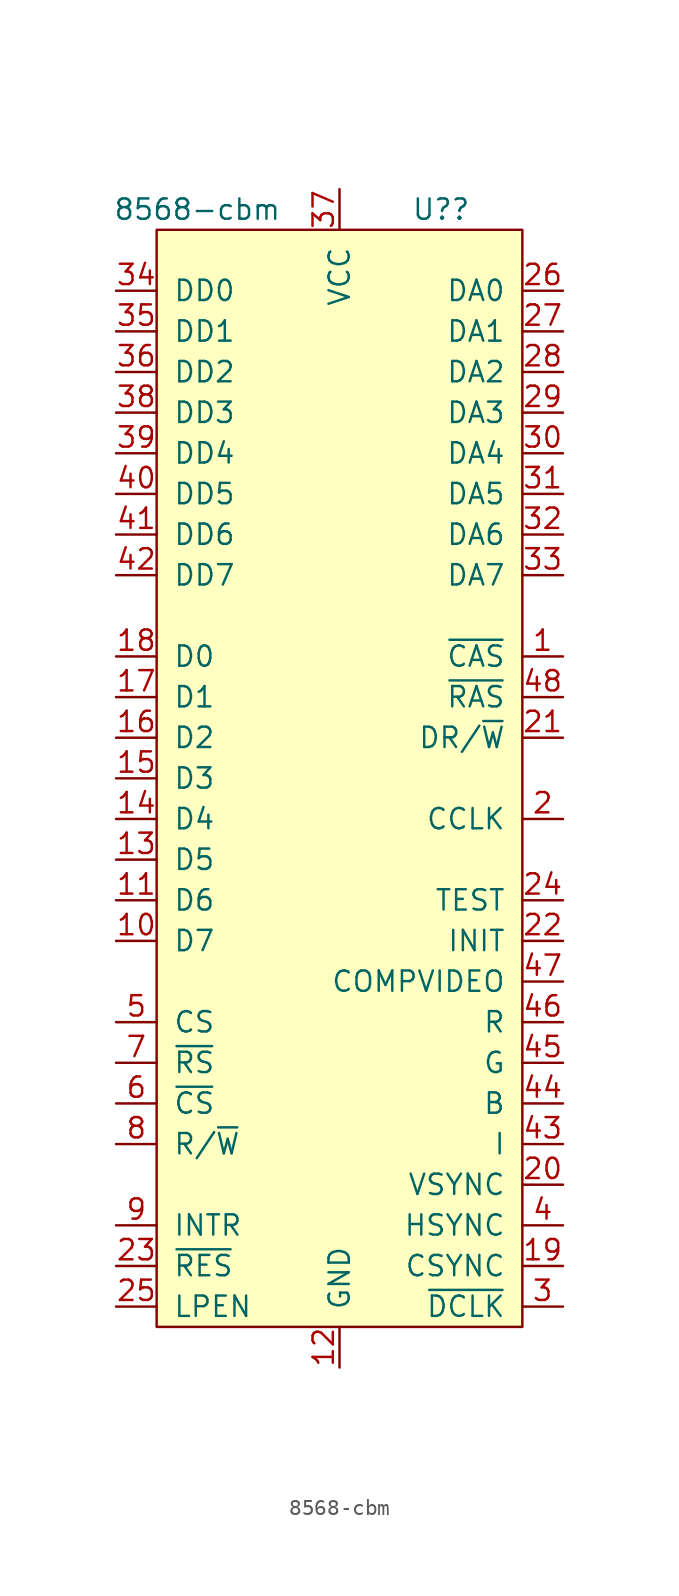
<source format=kicad_sym>
(kicad_symbol_lib
  (version 20211014)
  (generator kicad_symbol_editor)
  (symbol "8568-cbm"
    (pin_names
      (offset 1.016))
    (property "Reference" "U?"
      (at 6.35 34.29 0)
      (effects (font (size 1.27 1.27))))
    (property "Value" "8568-cbm"
      (at -8.89 34.29 0)
      (effects (font (size 1.27 1.27))))
    (symbol "8568-cbm_0_1"
      (rectangle (start -11.43 33.02) (end 11.43 -35.56) (stroke (width 0) (type default) (color 0 0 0 0)) (fill (type background))))
    (symbol "8568-cbm_1_1"
      (pin output line (at 13.97 6.35 180) (length 2.54) (name "~{CAS}" (effects (font (size 1.27 1.27)))) (number "1" (effects (font (size 1.27 1.27)))))
      (pin bidirectional line (at -13.97 -11.43 0) (length 2.54) (name "D7" (effects (font (size 1.27 1.27)))) (number "10" (effects (font (size 1.27 1.27)))))
      (pin bidirectional line (at -13.97 -8.89 0) (length 2.54) (name "D6" (effects (font (size 1.27 1.27)))) (number "11" (effects (font (size 1.27 1.27)))))
      (pin power_in line (at 0 -38.1 90) (length 2.54) (name "GND" (effects (font (size 1.27 1.27)))) (number "12" (effects (font (size 1.27 1.27)))))
      (pin bidirectional line (at -13.97 -6.35 0) (length 2.54) (name "D5" (effects (font (size 1.27 1.27)))) (number "13" (effects (font (size 1.27 1.27)))))
      (pin bidirectional line (at -13.97 -3.81 0) (length 2.54) (name "D4" (effects (font (size 1.27 1.27)))) (number "14" (effects (font (size 1.27 1.27)))))
      (pin bidirectional line (at -13.97 -1.27 0) (length 2.54) (name "D3" (effects (font (size 1.27 1.27)))) (number "15" (effects (font (size 1.27 1.27)))))
      (pin bidirectional line (at -13.97 1.27 0) (length 2.54) (name "D2" (effects (font (size 1.27 1.27)))) (number "16" (effects (font (size 1.27 1.27)))))
      (pin bidirectional line (at -13.97 3.81 0) (length 2.54) (name "D1" (effects (font (size 1.27 1.27)))) (number "17" (effects (font (size 1.27 1.27)))))
      (pin bidirectional line (at -13.97 6.35 0) (length 2.54) (name "D0" (effects (font (size 1.27 1.27)))) (number "18" (effects (font (size 1.27 1.27)))))
      (pin output line (at 13.97 -31.75 180) (length 2.54) (name "CSYNC" (effects (font (size 1.27 1.27)))) (number "19" (effects (font (size 1.27 1.27)))))
      (pin output line (at 13.97 -3.81 180) (length 2.54) (name "CCLK" (effects (font (size 1.27 1.27)))) (number "2" (effects (font (size 1.27 1.27)))))
      (pin output line (at 13.97 -26.67 180) (length 2.54) (name "VSYNC" (effects (font (size 1.27 1.27)))) (number "20" (effects (font (size 1.27 1.27)))))
      (pin output line (at 13.97 1.27 180) (length 2.54) (name "DR/~{W}" (effects (font (size 1.27 1.27)))) (number "21" (effects (font (size 1.27 1.27)))))
      (pin input line (at 13.97 -11.43 180) (length 2.54) (name "INIT" (effects (font (size 1.27 1.27)))) (number "22" (effects (font (size 1.27 1.27)))))
      (pin input line (at -13.97 -31.75 0) (length 2.54) (name "~{RES}" (effects (font (size 1.27 1.27)))) (number "23" (effects (font (size 1.27 1.27)))))
      (pin input line (at 13.97 -8.89 180) (length 2.54) (name "TEST" (effects (font (size 1.27 1.27)))) (number "24" (effects (font (size 1.27 1.27)))))
      (pin input line (at -13.97 -34.29 0) (length 2.54) (name "LPEN" (effects (font (size 1.27 1.27)))) (number "25" (effects (font (size 1.27 1.27)))))
      (pin bidirectional line (at 13.97 29.21 180) (length 2.54) (name "DA0" (effects (font (size 1.27 1.27)))) (number "26" (effects (font (size 1.27 1.27)))))
      (pin bidirectional line (at 13.97 26.67 180) (length 2.54) (name "DA1" (effects (font (size 1.27 1.27)))) (number "27" (effects (font (size 1.27 1.27)))))
      (pin bidirectional line (at 13.97 24.13 180) (length 2.54) (name "DA2" (effects (font (size 1.27 1.27)))) (number "28" (effects (font (size 1.27 1.27)))))
      (pin bidirectional line (at 13.97 21.59 180) (length 2.54) (name "DA3" (effects (font (size 1.27 1.27)))) (number "29" (effects (font (size 1.27 1.27)))))
      (pin input line (at 13.97 -34.29 180) (length 2.54) (name "~{DCLK}" (effects (font (size 1.27 1.27)))) (number "3" (effects (font (size 1.27 1.27)))))
      (pin bidirectional line (at 13.97 19.05 180) (length 2.54) (name "DA4" (effects (font (size 1.27 1.27)))) (number "30" (effects (font (size 1.27 1.27)))))
      (pin bidirectional line (at 13.97 16.51 180) (length 2.54) (name "DA5" (effects (font (size 1.27 1.27)))) (number "31" (effects (font (size 1.27 1.27)))))
      (pin bidirectional line (at 13.97 13.97 180) (length 2.54) (name "DA6" (effects (font (size 1.27 1.27)))) (number "32" (effects (font (size 1.27 1.27)))))
      (pin bidirectional line (at 13.97 11.43 180) (length 2.54) (name "DA7" (effects (font (size 1.27 1.27)))) (number "33" (effects (font (size 1.27 1.27)))))
      (pin bidirectional line (at -13.97 29.21 0) (length 2.54) (name "DD0" (effects (font (size 1.27 1.27)))) (number "34" (effects (font (size 1.27 1.27)))))
      (pin bidirectional line (at -13.97 26.67 0) (length 2.54) (name "DD1" (effects (font (size 1.27 1.27)))) (number "35" (effects (font (size 1.27 1.27)))))
      (pin bidirectional line (at -13.97 24.13 0) (length 2.54) (name "DD2" (effects (font (size 1.27 1.27)))) (number "36" (effects (font (size 1.27 1.27)))))
      (pin power_in line (at 0 35.56 270) (length 2.54) (name "VCC" (effects (font (size 1.27 1.27)))) (number "37" (effects (font (size 1.27 1.27)))))
      (pin bidirectional line (at -13.97 21.59 0) (length 2.54) (name "DD3" (effects (font (size 1.27 1.27)))) (number "38" (effects (font (size 1.27 1.27)))))
      (pin bidirectional line (at -13.97 19.05 0) (length 2.54) (name "DD4" (effects (font (size 1.27 1.27)))) (number "39" (effects (font (size 1.27 1.27)))))
      (pin output line (at 13.97 -29.21 180) (length 2.54) (name "HSYNC" (effects (font (size 1.27 1.27)))) (number "4" (effects (font (size 1.27 1.27)))))
      (pin bidirectional line (at -13.97 16.51 0) (length 2.54) (name "DD5" (effects (font (size 1.27 1.27)))) (number "40" (effects (font (size 1.27 1.27)))))
      (pin bidirectional line (at -13.97 13.97 0) (length 2.54) (name "DD6" (effects (font (size 1.27 1.27)))) (number "41" (effects (font (size 1.27 1.27)))))
      (pin bidirectional line (at -13.97 11.43 0) (length 2.54) (name "DD7" (effects (font (size 1.27 1.27)))) (number "42" (effects (font (size 1.27 1.27)))))
      (pin output line (at 13.97 -24.13 180) (length 2.54) (name "I" (effects (font (size 1.27 1.27)))) (number "43" (effects (font (size 1.27 1.27)))))
      (pin output line (at 13.97 -21.59 180) (length 2.54) (name "B" (effects (font (size 1.27 1.27)))) (number "44" (effects (font (size 1.27 1.27)))))
      (pin output line (at 13.97 -19.05 180) (length 2.54) (name "G" (effects (font (size 1.27 1.27)))) (number "45" (effects (font (size 1.27 1.27)))))
      (pin output line (at 13.97 -16.51 180) (length 2.54) (name "R" (effects (font (size 1.27 1.27)))) (number "46" (effects (font (size 1.27 1.27)))))
      (pin output line (at 13.97 -13.97 180) (length 2.54) (name "COMPVIDEO" (effects (font (size 1.27 1.27)))) (number "47" (effects (font (size 1.27 1.27)))))
      (pin output line (at 13.97 3.81 180) (length 2.54) (name "~{RAS}" (effects (font (size 1.27 1.27)))) (number "48" (effects (font (size 1.27 1.27)))))
      (pin input line (at -13.97 -16.51 0) (length 2.54) (name "CS" (effects (font (size 1.27 1.27)))) (number "5" (effects (font (size 1.27 1.27)))))
      (pin input line (at -13.97 -21.59 0) (length 2.54) (name "~{CS}" (effects (font (size 1.27 1.27)))) (number "6" (effects (font (size 1.27 1.27)))))
      (pin input line (at -13.97 -19.05 0) (length 2.54) (name "~{RS}" (effects (font (size 1.27 1.27)))) (number "7" (effects (font (size 1.27 1.27)))))
      (pin input line (at -13.97 -24.13 0) (length 2.54) (name "R/~{W}" (effects (font (size 1.27 1.27)))) (number "8" (effects (font (size 1.27 1.27)))))
      (pin output line (at -13.97 -29.21 0) (length 2.54) (name "INTR" (effects (font (size 1.27 1.27)))) (number "9" (effects (font (size 1.27 1.27))))))))
</source>
